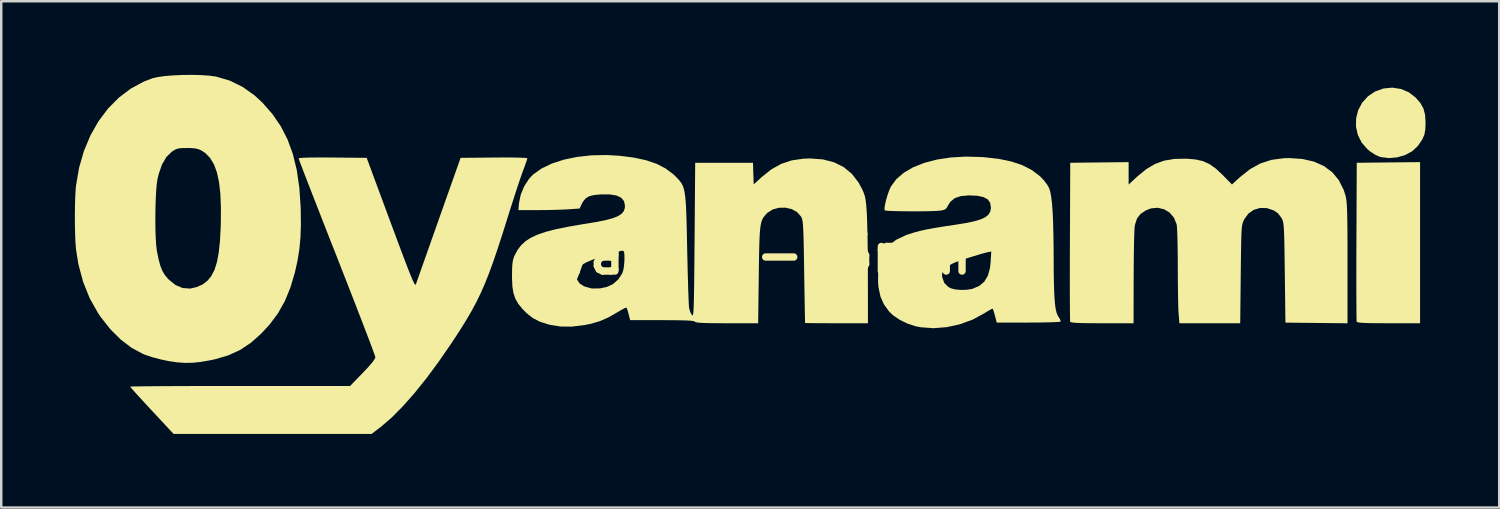
<source format=kicad_pcb>
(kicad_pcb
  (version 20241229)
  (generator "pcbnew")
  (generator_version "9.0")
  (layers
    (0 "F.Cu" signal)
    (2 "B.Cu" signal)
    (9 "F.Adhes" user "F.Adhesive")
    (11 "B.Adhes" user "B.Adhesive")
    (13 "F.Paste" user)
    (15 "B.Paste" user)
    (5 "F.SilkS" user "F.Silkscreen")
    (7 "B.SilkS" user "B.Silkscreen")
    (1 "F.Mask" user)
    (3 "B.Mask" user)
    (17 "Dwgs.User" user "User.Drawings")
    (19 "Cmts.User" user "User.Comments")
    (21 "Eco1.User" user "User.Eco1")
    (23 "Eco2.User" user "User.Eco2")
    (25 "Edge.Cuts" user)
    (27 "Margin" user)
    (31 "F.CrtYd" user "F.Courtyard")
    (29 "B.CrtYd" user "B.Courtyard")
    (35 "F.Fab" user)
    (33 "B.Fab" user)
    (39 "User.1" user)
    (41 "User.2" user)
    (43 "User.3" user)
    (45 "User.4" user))
  (footprint "oyanami-55mm"
    (layer "F.Cu")
    (at 27.502 7.314)
    (property "Reference" "oyanami-55mm" (at 0 0 0) (layer "F.SilkS") (effects (font (size 1.5 1.5) (thickness 0.3))))
    (attr board_only exclude_from_pos_files exclude_from_bom)
    (fp_poly (pts (xy 27.304 -0.477) (xy 27.304 2.806) (xy 26.025 2.806) (xy 25.61 2.804) (xy 25.287 2.801) (xy 25.046 2.794) (xy 24.879 2.783) (xy 24.775 2.769) (xy 24.727 2.75) (xy 24.722 2.743) (xy 24.718 2.683) (xy 24.714 2.532) (xy 24.712 2.297) (xy 24.71 1.989) (xy 24.708 1.614) (xy 24.707 1.182) (xy 24.708 0.702) (xy 24.708 0.182) (xy 24.71 -0.37) (xy 24.711 -0.526) (xy 24.724 -3.732) (xy 26.014 -3.746) (xy 27.304 -3.759)) (stroke (width 0) (type solid)) (fill yes) (layer "F.SilkS"))
    (fp_poly (pts (xy 26.521 -6.74) (xy 26.846 -6.603) (xy 27.12 -6.393) (xy 27.316 -6.168) (xy 27.441 -5.944) (xy 27.508 -5.689) (xy 27.528 -5.372) (xy 27.528 -5.361) (xy 27.518 -5.091) (xy 27.48 -4.881) (xy 27.4 -4.693) (xy 27.264 -4.49) (xy 27.195 -4.399) (xy 26.979 -4.199) (xy 26.698 -4.048) (xy 26.377 -3.954) (xy 26.043 -3.923) (xy 25.72 -3.962) (xy 25.643 -3.983) (xy 25.476 -4.06) (xy 25.287 -4.182) (xy 25.162 -4.282) (xy 24.922 -4.559) (xy 24.767 -4.872) (xy 24.693 -5.205) (xy 24.699 -5.544) (xy 24.782 -5.873) (xy 24.942 -6.175) (xy 25.175 -6.436) (xy 25.47 -6.636) (xy 25.814 -6.759) (xy 26.17 -6.793)) (stroke (width 0) (type solid)) (fill yes) (layer "F.SilkS"))
    (fp_poly (pts (xy -17.213 -3.948) (xy -17 -3.946) (xy -15.613 -3.933) (xy -14.633 -1.289) (xy -14.421 -0.719) (xy -14.241 -0.237) (xy -14.09 0.164) (xy -13.965 0.491) (xy -13.864 0.749) (xy -13.784 0.945) (xy -13.723 1.085) (xy -13.677 1.177) (xy -13.645 1.226) (xy -13.623 1.239) (xy -13.609 1.223) (xy -13.608 1.22) (xy -13.583 1.148) (xy -13.528 0.991) (xy -13.446 0.758) (xy -13.34 0.458) (xy -13.214 0.102) (xy -13.071 -0.303) (xy -12.914 -0.746) (xy -12.747 -1.219) (xy -12.675 -1.424) (xy -11.786 -3.933) (xy -10.427 -3.946) (xy -10.026 -3.948) (xy -9.683 -3.947) (xy -9.407 -3.942) (xy -9.207 -3.934) (xy -9.093 -3.923) (xy -9.068 -3.913) (xy -9.085 -3.849) (xy -9.13 -3.714) (xy -9.197 -3.53) (xy -9.246 -3.398) (xy -9.308 -3.227) (xy -9.394 -2.978) (xy -9.497 -2.667) (xy -9.612 -2.313) (xy -9.734 -1.933) (xy -9.857 -1.544) (xy -9.871 -1.498) (xy -10.084 -0.821) (xy -10.277 -0.228) (xy -10.455 0.294) (xy -10.624 0.757) (xy -10.789 1.175) (xy -10.958 1.559) (xy -11.134 1.923) (xy -11.324 2.279) (xy -11.534 2.64) (xy -11.768 3.019) (xy -12.034 3.429) (xy -12.152 3.607) (xy -12.672 4.362) (xy -13.179 5.048) (xy -13.671 5.66) (xy -14.143 6.193) (xy -14.589 6.643) (xy -15.007 7.004) (xy -15.046 7.034) (xy -15.412 7.314) (xy -19.446 7.314) (xy -23.481 7.314) (xy -24.365 6.365) (xy -24.603 6.109) (xy -24.817 5.876) (xy -24.998 5.678) (xy -25.136 5.524) (xy -25.223 5.424) (xy -25.25 5.388) (xy -25.201 5.384) (xy -25.059 5.38) (xy -24.831 5.377) (xy -24.524 5.373) (xy -24.145 5.37) (xy -23.701 5.367) (xy -23.2 5.365) (xy -22.649 5.363) (xy -22.053 5.362) (xy -21.422 5.361) (xy -20.769 5.361) (xy -16.288 5.361) (xy -15.772 4.828) (xy -15.532 4.574) (xy -15.367 4.379) (xy -15.277 4.246) (xy -15.259 4.19) (xy -15.277 4.128) (xy -15.33 3.98) (xy -15.414 3.753) (xy -15.527 3.453) (xy -15.666 3.089) (xy -15.829 2.666) (xy -16.012 2.192) (xy -16.213 1.674) (xy -16.43 1.118) (xy -16.659 0.533) (xy -16.824 0.111) (xy -17.061 -0.489) (xy -17.286 -1.064) (xy -17.497 -1.605) (xy -17.693 -2.106) (xy -17.87 -2.559) (xy -18.025 -2.959) (xy -18.156 -3.298) (xy -18.26 -3.569) (xy -18.335 -3.766) (xy -18.377 -3.881) (xy -18.386 -3.91) (xy -18.337 -3.925) (xy -18.191 -3.937) (xy -17.952 -3.945) (xy -17.625 -3.948)) (stroke (width 0) (type solid)) (fill yes) (layer "F.SilkS"))
    (fp_poly (pts (xy -22.348 -7.304) (xy -22.016 -7.281) (xy -21.745 -7.243) (xy -21.736 -7.241) (xy -21.186 -7.078) (xy -20.663 -6.821) (xy -20.172 -6.47) (xy -19.864 -6.185) (xy -19.456 -5.721) (xy -19.114 -5.223) (xy -18.837 -4.682) (xy -18.62 -4.088) (xy -18.461 -3.434) (xy -18.356 -2.71) (xy -18.302 -1.908) (xy -18.299 -1.808) (xy -18.293 -1.215) (xy -18.31 -0.694) (xy -18.355 -0.215) (xy -18.429 0.248) (xy -18.534 0.722) (xy -18.535 0.727) (xy -18.721 1.353) (xy -18.947 1.903) (xy -19.225 2.398) (xy -19.566 2.856) (xy -19.913 3.231) (xy -20.333 3.603) (xy -20.768 3.892) (xy -21.241 4.11) (xy -21.774 4.269) (xy -21.966 4.31) (xy -22.366 4.38) (xy -22.708 4.416) (xy -23.029 4.42) (xy -23.332 4.399) (xy -23.661 4.351) (xy -24.019 4.276) (xy -24.367 4.183) (xy -24.664 4.082) (xy -24.728 4.056) (xy -25.189 3.808) (xy -25.635 3.469) (xy -26.059 3.047) (xy -26.451 2.549) (xy -26.553 2.4) (xy -26.896 1.79) (xy -27.166 1.119) (xy -27.359 0.399) (xy -27.454 -0.196) (xy -27.476 -0.459) (xy -27.491 -0.795) (xy -27.499 -1.178) (xy -27.501 -1.443) (xy -24.223 -1.443) (xy -24.22 -1.054) (xy -24.209 -0.695) (xy -24.19 -0.388) (xy -24.163 -0.154) (xy -24.158 -0.125) (xy -24.088 0.213) (xy -24.017 0.473) (xy -23.934 0.677) (xy -23.832 0.846) (xy -23.7 1.002) (xy -23.671 1.032) (xy -23.397 1.251) (xy -23.108 1.371) (xy -22.805 1.393) (xy -22.532 1.331) (xy -22.298 1.224) (xy -22.102 1.076) (xy -21.942 0.881) (xy -21.813 0.63) (xy -21.714 0.315) (xy -21.641 -0.072) (xy -21.591 -0.54) (xy -21.561 -1.096) (xy -21.556 -1.252) (xy -21.551 -1.904) (xy -21.574 -2.465) (xy -21.628 -2.941) (xy -21.714 -3.339) (xy -21.833 -3.664) (xy -21.988 -3.923) (xy -22.179 -4.121) (xy -22.319 -4.217) (xy -22.445 -4.279) (xy -22.58 -4.315) (xy -22.757 -4.331) (xy -22.928 -4.334) (xy -23.14 -4.33) (xy -23.284 -4.315) (xy -23.394 -4.279) (xy -23.504 -4.216) (xy -23.554 -4.181) (xy -23.773 -3.968) (xy -23.951 -3.663) (xy -24.088 -3.269) (xy -24.133 -3.081) (xy -24.165 -2.867) (xy -24.19 -2.574) (xy -24.208 -2.225) (xy -24.219 -1.84) (xy -24.223 -1.443) (xy -27.501 -1.443) (xy -27.502 -1.582) (xy -27.497 -1.98) (xy -27.486 -2.346) (xy -27.469 -2.655) (xy -27.455 -2.801) (xy -27.331 -3.526) (xy -27.135 -4.208) (xy -26.87 -4.842) (xy -26.542 -5.42) (xy -26.155 -5.936) (xy -25.715 -6.382) (xy -25.225 -6.753) (xy -24.69 -7.041) (xy -24.348 -7.173) (xy -24.129 -7.224) (xy -23.834 -7.265) (xy -23.485 -7.293) (xy -23.106 -7.31) (xy -22.719 -7.314)) (stroke (width 0) (type solid)) (fill yes) (layer "F.SilkS"))
    (fp_poly (pts (xy 22.509 -3.888) (xy 22.984 -3.779) (xy 23.39 -3.597) (xy 23.728 -3.344) (xy 23.996 -3.02) (xy 24.193 -2.625) (xy 24.271 -2.378) (xy 24.289 -2.294) (xy 24.304 -2.187) (xy 24.317 -2.049) (xy 24.327 -1.871) (xy 24.334 -1.643) (xy 24.34 -1.357) (xy 24.344 -1.004) (xy 24.347 -0.576) (xy 24.348 -0.062) (xy 24.348 0.362) (xy 24.348 2.807) (xy 23.083 2.794) (xy 21.818 2.78) (xy 21.793 0.751) (xy 21.786 0.245) (xy 21.78 -0.171) (xy 21.774 -0.507) (xy 21.767 -0.773) (xy 21.758 -0.978) (xy 21.748 -1.134) (xy 21.735 -1.249) (xy 21.719 -1.335) (xy 21.7 -1.401) (xy 21.676 -1.456) (xy 21.665 -1.478) (xy 21.511 -1.677) (xy 21.341 -1.791) (xy 21.06 -1.886) (xy 20.782 -1.891) (xy 20.524 -1.813) (xy 20.304 -1.657) (xy 20.142 -1.431) (xy 20.112 -1.368) (xy 20.087 -1.307) (xy 20.066 -1.237) (xy 20.05 -1.149) (xy 20.037 -1.032) (xy 20.028 -0.876) (xy 20.02 -0.671) (xy 20.014 -0.406) (xy 20.009 -0.07) (xy 20.003 0.345) (xy 19.998 0.811) (xy 19.976 2.806) (xy 18.738 2.806) (xy 17.499 2.806) (xy 17.467 2.422) (xy 17.458 2.274) (xy 17.451 2.041) (xy 17.444 1.742) (xy 17.439 1.392) (xy 17.435 1.008) (xy 17.433 0.606) (xy 17.433 0.506) (xy 17.431 0.114) (xy 17.427 -0.254) (xy 17.42 -0.584) (xy 17.412 -0.861) (xy 17.402 -1.072) (xy 17.39 -1.201) (xy 17.386 -1.224) (xy 17.278 -1.493) (xy 17.102 -1.701) (xy 16.876 -1.838) (xy 16.617 -1.899) (xy 16.342 -1.874) (xy 16.135 -1.794) (xy 15.913 -1.645) (xy 15.771 -1.46) (xy 15.691 -1.215) (xy 15.675 -1.115) (xy 15.667 -0.998) (xy 15.659 -0.794) (xy 15.651 -0.518) (xy 15.645 -0.182) (xy 15.64 0.2) (xy 15.637 0.614) (xy 15.635 0.989) (xy 15.631 2.806) (xy 14.352 2.806) (xy 13.937 2.804) (xy 13.614 2.801) (xy 13.373 2.794) (xy 13.206 2.783) (xy 13.102 2.769) (xy 13.054 2.75) (xy 13.049 2.743) (xy 13.045 2.683) (xy 13.041 2.532) (xy 13.039 2.297) (xy 13.037 1.989) (xy 13.035 1.614) (xy 13.034 1.182) (xy 13.035 0.702) (xy 13.035 0.182) (xy 13.037 -0.37) (xy 13.038 -0.526) (xy 13.051 -3.732) (xy 14.241 -3.746) (xy 15.43 -3.759) (xy 15.43 -3.303) (xy 15.43 -2.846) (xy 15.785 -3.175) (xy 16.146 -3.471) (xy 16.504 -3.684) (xy 16.883 -3.821) (xy 17.303 -3.89) (xy 17.786 -3.899) (xy 17.806 -3.898) (xy 18.162 -3.867) (xy 18.458 -3.799) (xy 18.719 -3.682) (xy 18.974 -3.503) (xy 19.247 -3.249) (xy 19.276 -3.22) (xy 19.64 -2.848) (xy 19.964 -3.145) (xy 20.374 -3.471) (xy 20.796 -3.704) (xy 21.249 -3.851) (xy 21.75 -3.918) (xy 21.968 -3.924)) (stroke (width 0) (type solid)) (fill yes) (layer "F.SilkS"))
    (fp_poly (pts (xy 9.441 -3.967) (xy 9.547 -3.959) (xy 10.146 -3.89) (xy 10.661 -3.782) (xy 11.102 -3.633) (xy 11.48 -3.439) (xy 11.803 -3.196) (xy 11.837 -3.165) (xy 11.986 -3.007) (xy 12.116 -2.834) (xy 12.186 -2.712) (xy 12.235 -2.564) (xy 12.275 -2.353) (xy 12.309 -2.072) (xy 12.335 -1.716) (xy 12.354 -1.279) (xy 12.367 -0.755) (xy 12.374 -0.139) (xy 12.375 0.1) (xy 12.378 0.654) (xy 12.385 1.117) (xy 12.396 1.497) (xy 12.412 1.805) (xy 12.433 2.048) (xy 12.461 2.237) (xy 12.495 2.379) (xy 12.538 2.485) (xy 12.575 2.544) (xy 12.641 2.653) (xy 12.662 2.729) (xy 12.657 2.74) (xy 12.599 2.75) (xy 12.454 2.759) (xy 12.237 2.767) (xy 11.961 2.773) (xy 11.64 2.777) (xy 11.339 2.778) (xy 10.057 2.78) (xy 9.987 2.508) (xy 9.945 2.355) (xy 9.91 2.246) (xy 9.894 2.213) (xy 9.845 2.227) (xy 9.735 2.286) (xy 9.586 2.378) (xy 9.555 2.397) (xy 9.081 2.655) (xy 8.563 2.845) (xy 8.024 2.964) (xy 7.484 3.007) (xy 6.966 2.97) (xy 6.745 2.926) (xy 6.421 2.82) (xy 6.108 2.667) (xy 5.838 2.485) (xy 5.676 2.333) (xy 5.461 2.037) (xy 5.319 1.716) (xy 5.24 1.347) (xy 5.222 1.132) (xy 5.225 0.862) (xy 7.827 0.862) (xy 7.839 0.939) (xy 7.918 1.159) (xy 8.067 1.315) (xy 8.191 1.383) (xy 8.362 1.428) (xy 8.589 1.448) (xy 8.829 1.443) (xy 9.04 1.41) (xy 9.063 1.404) (xy 9.342 1.287) (xy 9.551 1.11) (xy 9.696 0.867) (xy 9.782 0.55) (xy 9.808 0.313) (xy 9.834 -0.116) (xy 9.664 -0.083) (xy 9.553 -0.055) (xy 9.37 -0.003) (xy 9.14 0.066) (xy 8.886 0.145) (xy 8.842 0.159) (xy 8.563 0.251) (xy 8.361 0.326) (xy 8.214 0.395) (xy 8.102 0.466) (xy 8.006 0.55) (xy 7.998 0.559) (xy 7.886 0.678) (xy 7.834 0.767) (xy 7.827 0.862) (xy 5.225 0.862) (xy 5.227 0.657) (xy 5.299 0.253) (xy 5.443 -0.085) (xy 5.662 -0.365) (xy 5.96 -0.594) (xy 6.342 -0.777) (xy 6.46 -0.819) (xy 6.686 -0.891) (xy 6.924 -0.955) (xy 7.193 -1.015) (xy 7.509 -1.074) (xy 7.89 -1.136) (xy 8.34 -1.203) (xy 8.78 -1.273) (xy 9.129 -1.345) (xy 9.396 -1.424) (xy 9.589 -1.513) (xy 9.718 -1.616) (xy 9.792 -1.74) (xy 9.819 -1.886) (xy 9.819 -1.916) (xy 9.788 -2.102) (xy 9.69 -2.241) (xy 9.518 -2.334) (xy 9.265 -2.388) (xy 8.925 -2.404) (xy 8.924 -2.404) (xy 8.595 -2.375) (xy 8.344 -2.289) (xy 8.166 -2.143) (xy 8.085 -2.015) (xy 8.012 -1.885) (xy 7.928 -1.82) (xy 7.791 -1.787) (xy 7.771 -1.784) (xy 7.639 -1.773) (xy 7.44 -1.764) (xy 7.191 -1.758) (xy 6.91 -1.755) (xy 6.614 -1.754) (xy 6.321 -1.756) (xy 6.047 -1.76) (xy 5.81 -1.767) (xy 5.627 -1.775) (xy 5.517 -1.786) (xy 5.491 -1.795) (xy 5.483 -1.877) (xy 5.505 -2.027) (xy 5.549 -2.217) (xy 5.608 -2.421) (xy 5.677 -2.612) (xy 5.745 -2.762) (xy 5.964 -3.063) (xy 6.268 -3.325) (xy 6.65 -3.548) (xy 7.102 -3.728) (xy 7.615 -3.862) (xy 8.181 -3.948) (xy 8.792 -3.984)) (stroke (width 0) (type solid)) (fill yes) (layer "F.SilkS"))
    (fp_poly (pts (xy -5.323 -4.019) (xy -4.734 -3.945) (xy -4.231 -3.836) (xy -3.802 -3.69) (xy -3.437 -3.502) (xy -3.126 -3.269) (xy -3.032 -3.18) (xy -2.937 -3.084) (xy -2.857 -2.994) (xy -2.791 -2.903) (xy -2.737 -2.8) (xy -2.693 -2.676) (xy -2.659 -2.521) (xy -2.632 -2.326) (xy -2.611 -2.082) (xy -2.595 -1.779) (xy -2.582 -1.407) (xy -2.571 -0.958) (xy -2.559 -0.422) (xy -2.555 -0.19) (xy -2.544 0.276) (xy -2.534 0.717) (xy -2.522 1.121) (xy -2.511 1.478) (xy -2.5 1.775) (xy -2.49 2.001) (xy -2.481 2.146) (xy -2.476 2.189) (xy -2.432 2.341) (xy -2.37 2.461) (xy -2.361 2.473) (xy -2.344 2.486) (xy -2.33 2.48) (xy -2.318 2.449) (xy -2.307 2.385) (xy -2.298 2.281) (xy -2.29 2.131) (xy -2.284 1.927) (xy -2.278 1.662) (xy -2.273 1.33) (xy -2.268 0.923) (xy -2.263 0.434) (xy -2.258 -0.143) (xy -2.254 -0.583) (xy -2.229 -3.732) (xy -1.052 -3.732) (xy 0.125 -3.732) (xy 0.14 -3.291) (xy 0.154 -2.85) (xy 0.477 -3.146) (xy 0.87 -3.461) (xy 1.273 -3.686) (xy 1.704 -3.83) (xy 2.183 -3.899) (xy 2.461 -3.908) (xy 2.977 -3.869) (xy 3.431 -3.751) (xy 3.824 -3.555) (xy 4.157 -3.279) (xy 4.43 -2.923) (xy 4.574 -2.655) (xy 4.637 -2.509) (xy 4.683 -2.373) (xy 4.714 -2.222) (xy 4.737 -2.032) (xy 4.757 -1.778) (xy 4.764 -1.653) (xy 4.773 -1.443) (xy 4.782 -1.149) (xy 4.79 -0.789) (xy 4.797 -0.379) (xy 4.802 0.064) (xy 4.805 0.524) (xy 4.807 0.914) (xy 4.809 2.806) (xy 3.532 2.806) (xy 3.186 2.805) (xy 2.875 2.804) (xy 2.612 2.802) (xy 2.411 2.799) (xy 2.286 2.796) (xy 2.249 2.793) (xy 2.247 2.742) (xy 2.243 2.601) (xy 2.239 2.381) (xy 2.234 2.092) (xy 2.228 1.745) (xy 2.221 1.351) (xy 2.214 0.919) (xy 2.211 0.701) (xy 2.203 0.188) (xy 2.196 -0.234) (xy 2.188 -0.576) (xy 2.18 -0.847) (xy 2.171 -1.057) (xy 2.161 -1.215) (xy 2.148 -1.331) (xy 2.133 -1.415) (xy 2.114 -1.477) (xy 2.091 -1.526) (xy 2.079 -1.547) (xy 1.92 -1.726) (xy 1.702 -1.845) (xy 1.449 -1.903) (xy 1.185 -1.899) (xy 0.933 -1.831) (xy 0.718 -1.697) (xy 0.666 -1.647) (xy 0.6 -1.571) (xy 0.544 -1.496) (xy 0.5 -1.411) (xy 0.464 -1.306) (xy 0.436 -1.172) (xy 0.414 -0.998) (xy 0.398 -0.774) (xy 0.386 -0.49) (xy 0.377 -0.137) (xy 0.369 0.296) (xy 0.362 0.819) (xy 0.362 0.839) (xy 0.337 2.806) (xy -0.931 2.806) (xy -1.347 2.804) (xy -1.672 2.8) (xy -1.914 2.793) (xy -2.083 2.782) (xy -2.187 2.767) (xy -2.236 2.747) (xy -2.239 2.743) (xy -2.278 2.723) (xy -2.369 2.707) (xy -2.523 2.695) (xy -2.748 2.687) (xy -3.053 2.682) (xy -3.447 2.68) (xy -3.579 2.68) (xy -4.878 2.68) (xy -4.94 2.438) (xy -4.98 2.293) (xy -5.015 2.193) (xy -5.028 2.17) (xy -5.079 2.182) (xy -5.194 2.239) (xy -5.35 2.328) (xy -5.42 2.371) (xy -5.78 2.575) (xy -6.116 2.721) (xy -6.473 2.826) (xy -6.747 2.881) (xy -7.256 2.943) (xy -7.715 2.939) (xy -8.149 2.869) (xy -8.211 2.853) (xy -8.56 2.741) (xy -8.844 2.594) (xy -9.098 2.394) (xy -9.257 2.232) (xy -9.43 2.022) (xy -9.552 1.814) (xy -9.632 1.585) (xy -9.676 1.31) (xy -9.692 0.968) (xy -9.692 0.852) (xy -9.692 0.813) (xy -7.079 0.813) (xy -7.079 0.814) (xy -7.042 1.03) (xy -6.936 1.187) (xy -6.747 1.306) (xy -6.449 1.388) (xy -6.111 1.387) (xy -5.826 1.327) (xy -5.575 1.207) (xy -5.36 1.017) (xy -5.207 0.783) (xy -5.164 0.667) (xy -5.134 0.509) (xy -5.115 0.305) (xy -5.11 0.163) (xy -5.114 -0.01) (xy -5.129 -0.105) (xy -5.163 -0.144) (xy -5.205 -0.15) (xy -5.285 -0.135) (xy -5.441 -0.095) (xy -5.652 -0.033) (xy -5.9 0.043) (xy -6.011 0.079) (xy -6.381 0.205) (xy -6.661 0.322) (xy -6.861 0.434) (xy -6.991 0.549) (xy -7.061 0.673) (xy -7.079 0.813) (xy -9.692 0.813) (xy -9.688 0.579) (xy -9.676 0.381) (xy -9.651 0.232) (xy -9.612 0.106) (xy -9.585 0.044) (xy -9.469 -0.176) (xy -9.326 -0.366) (xy -9.15 -0.531) (xy -8.93 -0.675) (xy -8.658 -0.802) (xy -8.324 -0.917) (xy -7.921 -1.021) (xy -7.437 -1.121) (xy -6.866 -1.22) (xy -6.673 -1.251) (xy -6.219 -1.326) (xy -5.856 -1.401) (xy -5.575 -1.477) (xy -5.368 -1.561) (xy -5.225 -1.655) (xy -5.137 -1.764) (xy -5.096 -1.892) (xy -5.09 -1.979) (xy -5.128 -2.169) (xy -5.243 -2.309) (xy -5.44 -2.4) (xy -5.72 -2.445) (xy -6.055 -2.445) (xy -6.338 -2.42) (xy -6.542 -2.37) (xy -6.688 -2.285) (xy -6.797 -2.154) (xy -6.849 -2.057) (xy -6.939 -1.868) (xy -7.415 -1.836) (xy -7.644 -1.824) (xy -7.94 -1.814) (xy -8.267 -1.807) (xy -8.59 -1.804) (xy -8.661 -1.804) (xy -9.432 -1.804) (xy -9.406 -2.098) (xy -9.335 -2.438) (xy -9.194 -2.775) (xy -9 -3.076) (xy -8.832 -3.255) (xy -8.49 -3.498) (xy -8.067 -3.701) (xy -7.576 -3.86) (xy -7.031 -3.973) (xy -6.443 -4.036) (xy -5.826 -4.048)) (stroke (width 0) (type solid)) (fill yes) (layer "F.SilkS")))
  (gr_rect
    (start -3 -3)
    (end 58.03 17.628)
    (stroke (width 0.1) (type default))
    (fill no)
    (layer "Edge.Cuts")))
</source>
